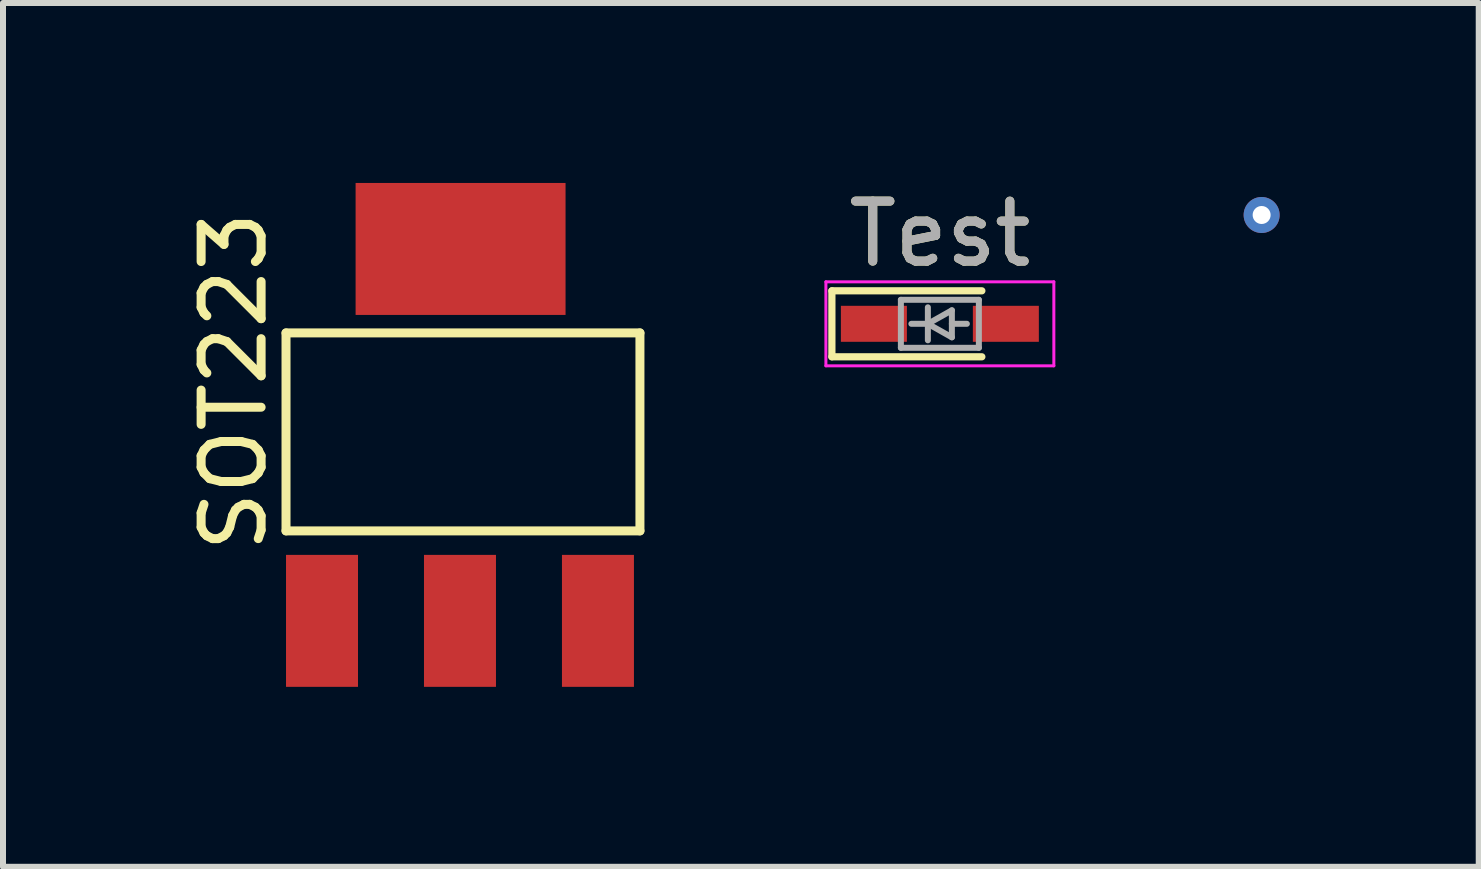
<source format=kicad_pcb>
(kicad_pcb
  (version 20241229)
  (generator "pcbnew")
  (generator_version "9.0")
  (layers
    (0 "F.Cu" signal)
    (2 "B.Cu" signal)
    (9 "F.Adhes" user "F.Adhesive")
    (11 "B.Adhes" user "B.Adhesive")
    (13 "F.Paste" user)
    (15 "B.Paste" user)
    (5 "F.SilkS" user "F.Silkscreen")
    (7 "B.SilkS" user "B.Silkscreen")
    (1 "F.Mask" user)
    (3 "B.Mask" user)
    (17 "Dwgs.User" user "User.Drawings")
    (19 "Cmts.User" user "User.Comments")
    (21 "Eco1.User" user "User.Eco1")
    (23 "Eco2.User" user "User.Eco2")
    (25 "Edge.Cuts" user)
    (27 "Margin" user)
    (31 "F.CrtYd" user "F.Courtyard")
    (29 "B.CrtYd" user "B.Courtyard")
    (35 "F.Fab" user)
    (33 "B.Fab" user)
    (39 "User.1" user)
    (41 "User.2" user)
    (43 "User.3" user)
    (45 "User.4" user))
  (footprint "Via-0.6mm"
    (layer "F.Cu")
    (at 17.982 0.534)
    (property "Reference" "Via-0.6mm" (at 0.09 -0.46 0) (layer "F.SilkS") (effects (font (size 0.127 0.127) (thickness 0.0001))))
    (attr through_hole)
    (pad "1" thru_hole circle (at 0 0) (size 0.6 0.6) (drill 0.3) (layers "*.Cu")))
  (footprint "SOT223"
    (layer "F.Cu")
    (at 2.318 7.3)
    (property "Reference" "SOT223" (at -1.47 -3.99 90) (layer "F.SilkS") (effects (font (size 1 1) (thickness 0.15))))
    (attr through_hole)
    (fp_line (start -0.6 -4.8) (end 5.3 -4.8) (stroke (width 0.15) (type solid)) (layer "F.SilkS"))
    (fp_line (start -0.6 -1.5) (end -0.6 -4.8) (stroke (width 0.15) (type solid)) (layer "F.SilkS"))
    (fp_line (start 5.3 -4.8) (end 5.3 -1.5) (stroke (width 0.15) (type solid)) (layer "F.SilkS"))
    (fp_line (start 5.3 -1.5) (end -0.6 -1.5) (stroke (width 0.15) (type solid)) (layer "F.SilkS"))
    (pad "1" smd rect (at 0 0) (size 1.2 2.2) (layers "F.Cu" "F.Mask" "F.Paste"))
    (pad "2" smd rect (at 2.3 0) (size 1.2 2.2) (layers "F.Cu" "F.Mask" "F.Paste"))
    (pad "2" smd rect (at 2.31 -6.2) (size 3.5 2.2) (layers "F.Cu" "F.Mask" "F.Paste"))
    (pad "3" smd rect (at 4.6 0) (size 1.2 2.2) (layers "F.Cu" "F.Mask" "F.Paste")))
  (footprint "Test"
    (layer "F.Cu")
    (at 12.618 2.348)
    (property "Reference" "Test" (at 0 -1.5 0) (layer "F.SilkS") (effects (font (size 1 1) (thickness 0.15))))
    (attr smd)
    (fp_line (start -1.8 -0.55) (end -1.8 0.55) (stroke (width 0.12) (type solid)) (layer "F.SilkS"))
    (fp_line (start -1.8 -0.55) (end 0.7 -0.55) (stroke (width 0.12) (type solid)) (layer "F.SilkS"))
    (fp_line (start -1.8 0.55) (end 0.7 0.55) (stroke (width 0.12) (type solid)) (layer "F.SilkS"))
    (fp_line (start -1.9 0.7) (end -1.9 -0.7) (stroke (width 0.05) (type solid)) (layer "F.CrtYd"))
    (fp_line (start -1.9 0.7) (end 1.9 0.7) (stroke (width 0.05) (type solid)) (layer "F.CrtYd"))
    (fp_line (start 1.9 -0.7) (end -1.9 -0.7) (stroke (width 0.05) (type solid)) (layer "F.CrtYd"))
    (fp_line (start 1.9 -0.7) (end 1.9 0.7) (stroke (width 0.05) (type solid)) (layer "F.CrtYd"))
    (fp_line (start -0.65 -0.4) (end 0.65 -0.4) (stroke (width 0.1) (type solid)) (layer "F.Fab"))
    (fp_line (start -0.65 0.4) (end -0.65 -0.4) (stroke (width 0.1) (type solid)) (layer "F.Fab"))
    (fp_line (start -0.2 -0.275) (end -0.2 0.275) (stroke (width 0.1) (type solid)) (layer "F.Fab"))
    (fp_line (start -0.2 0) (end -0.475 0) (stroke (width 0.1) (type solid)) (layer "F.Fab"))
    (fp_line (start -0.2 0) (end 0.2 -0.225) (stroke (width 0.1) (type solid)) (layer "F.Fab"))
    (fp_line (start 0.2 -0.225) (end 0.2 0.225) (stroke (width 0.1) (type solid)) (layer "F.Fab"))
    (fp_line (start 0.2 0) (end 0.45 0) (stroke (width 0.1) (type solid)) (layer "F.Fab"))
    (fp_line (start 0.2 0.225) (end -0.2 0) (stroke (width 0.1) (type solid)) (layer "F.Fab"))
    (fp_line (start 0.65 -0.4) (end 0.65 0.4) (stroke (width 0.1) (type solid)) (layer "F.Fab"))
    (fp_line (start 0.65 0.4) (end -0.65 0.4) (stroke (width 0.1) (type solid)) (layer "F.Fab"))
    (fp_text user "${REFERENCE}" (at 0 -1.5 0) (layer "F.Fab") (effects (font (size 1 1) (thickness 0.15))))
    (pad "1" smd rect (at -1.1 0) (size 1.1 0.6) (layers "F.Cu" "F.Mask" "F.Paste"))
    (pad "2" smd rect (at 1.1 0) (size 1.1 0.6) (layers "F.Cu" "F.Mask" "F.Paste")))
  (gr_rect
    (start -3 -3)
    (end 21.601 11.4)
    (stroke (width 0.1) (type default))
    (fill no)
    (layer "Edge.Cuts")))
</source>
